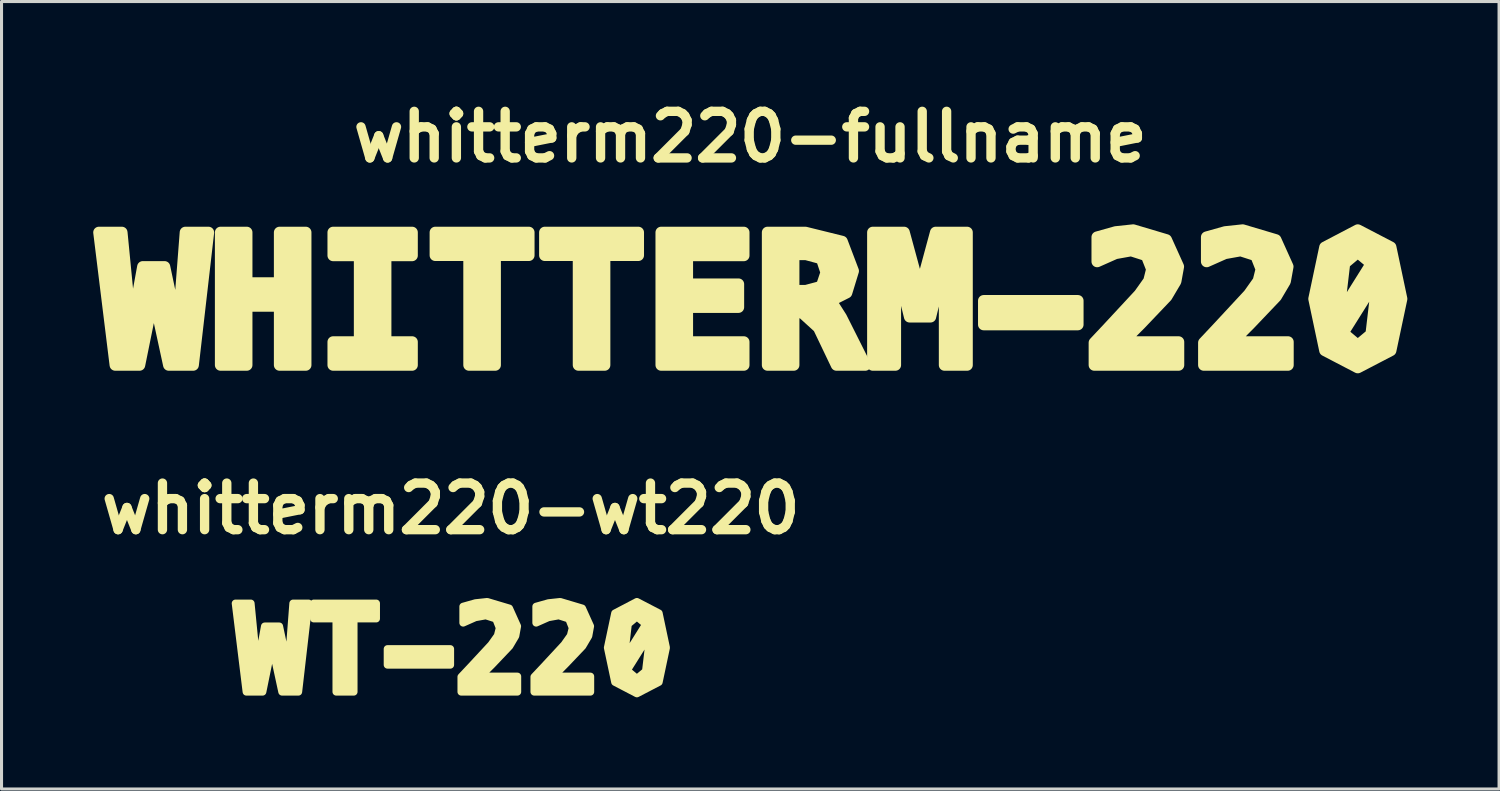
<source format=kicad_pcb>
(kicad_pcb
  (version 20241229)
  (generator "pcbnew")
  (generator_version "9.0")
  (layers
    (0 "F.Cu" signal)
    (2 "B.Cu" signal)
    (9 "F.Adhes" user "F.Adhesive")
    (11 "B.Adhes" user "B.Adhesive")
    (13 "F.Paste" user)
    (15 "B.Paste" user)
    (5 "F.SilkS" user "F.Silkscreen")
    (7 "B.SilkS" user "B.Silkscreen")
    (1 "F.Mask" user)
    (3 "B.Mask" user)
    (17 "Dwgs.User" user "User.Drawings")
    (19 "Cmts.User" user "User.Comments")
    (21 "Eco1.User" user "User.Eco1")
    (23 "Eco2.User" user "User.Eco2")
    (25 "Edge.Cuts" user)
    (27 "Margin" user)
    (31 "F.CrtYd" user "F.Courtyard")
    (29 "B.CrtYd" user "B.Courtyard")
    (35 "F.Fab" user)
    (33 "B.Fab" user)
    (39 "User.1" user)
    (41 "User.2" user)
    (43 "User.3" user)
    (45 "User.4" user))
  (footprint "whitterm220-wt220"
    (layer "F.Cu")
    (at 11.699 18.138)
    (property "Reference" "whitterm220-wt220" (at 0 -4.549 0) (layer "F.SilkS") (effects (font (size 1.524 1.524) (thickness 0.305))))
    (attr smd)
    (fp_poly (pts (xy -2.072 0.042) (xy -0.017 0.042) (xy -0.017 0.563) (xy -2.072 0.563) (xy -2.072 0.042)) (stroke (width 0.248) (type solid)) (fill yes) (layer "F.SilkS"))
    (fp_poly (pts (xy -3.176 1.445) (xy -3.748 1.445) (xy -3.748 -0.949) (xy -4.482 -0.949) (xy -4.482 -1.449) (xy -2.442 -1.449) (xy -2.442 -0.949) (xy -3.176 -0.949) (xy -3.176 1.445)) (stroke (width 0.248) (type solid)) (fill yes) (layer "F.SilkS"))
    (fp_poly (pts (xy -7.044 -1.449) (xy -6.544 -1.449) (xy -6.337 0.675) (xy -6.087 -0.699) (xy -5.612 -0.699) (xy -5.321 0.675) (xy -5.159 -1.449) (xy -4.655 -1.449) (xy -4.988 1.445) (xy -5.521 1.445) (xy -5.85 -0.075) (xy -6.159 1.445) (xy -6.688 1.445) (xy -7.044 -1.449)) (stroke (width 0.248) (type solid)) (fill yes) (layer "F.SilkS"))
    (fp_poly (pts (xy 0.959 0.941) (xy 2.178 0.941) (xy 2.178 1.445) (xy 0.341 1.445) (xy 0.341 0.956) (xy 0.651 0.627) (xy 1.322 -0.096) (xy 1.531 -0.39) (xy 1.595 -0.646) (xy 1.477 -0.945) (xy 1.145 -1.051) (xy 0.8 -0.989) (xy 0.403 -0.813) (xy 0.403 -1.346) (xy 0.808 -1.46) (xy 1.19 -1.501) (xy 1.911 -1.286) (xy 2.174 -0.702) (xy 2.116 -0.383) (xy 1.92 -0.051) (xy 1.357 0.542) (xy 0.959 0.941)) (stroke (width 0.248) (type solid)) (fill yes) (layer "F.SilkS"))
    (fp_poly (pts (xy 3.347 0.941) (xy 4.566 0.941) (xy 4.566 1.445) (xy 2.729 1.445) (xy 2.729 0.956) (xy 3.039 0.627) (xy 3.709 -0.096) (xy 3.918 -0.39) (xy 3.982 -0.646) (xy 3.864 -0.945) (xy 3.533 -1.051) (xy 3.188 -0.989) (xy 2.791 -0.813) (xy 2.791 -1.346) (xy 3.196 -1.46) (xy 3.577 -1.501) (xy 4.298 -1.286) (xy 4.562 -0.702) (xy 4.504 -0.383) (xy 4.308 -0.051) (xy 3.744 0.542) (xy 3.347 0.941)) (stroke (width 0.248) (type solid)) (fill yes) (layer "F.SilkS"))
    (fp_poly (pts (xy 5.131 0.001) (xy 5.798 0.774) (xy 6.087 1.016) (xy 6.378 0.774) (xy 6.469 0.001) (xy 6.455 -0.359) (xy 5.779 0.718) (xy 5.798 0.774) (xy 5.798 0.774) (xy 5.131 0.001) (xy 5.798 -0.774) (xy 5.707 0.001) (xy 5.715 0.301) (xy 6.381 -0.763) (xy 6.378 -0.774) (xy 6.087 -1.016) (xy 6.087 -1.016) (xy 5.798 -0.774) (xy 5.131 0.001) (xy 5.37 -1.125) (xy 6.087 -1.501) (xy 6.806 -1.127) (xy 7.044 0.001) (xy 6.806 1.127) (xy 6.087 1.501) (xy 5.37 1.127) (xy 5.131 0.001)) (stroke (width 0.248) (type solid)) (fill yes) (layer "F.SilkS")))
  (footprint "whitterm220-fullname"
    (layer "F.Cu")
    (at 21.496 6.726)
    (property "Reference" "whitterm220-fullname" (at 0 -5.299 0) (layer "F.SilkS") (effects (font (size 1.524 1.524) (thickness 0.305))))
    (attr smd)
    (fp_poly (pts (xy 7.636 0.062) (xy 10.717 0.062) (xy 10.717 0.844) (xy 7.636 0.844) (xy 7.636 0.062)) (stroke (width 0.372) (type solid)) (fill yes) (layer "F.SilkS"))
    (fp_poly (pts (xy -8.345 2.167) (xy -9.203 2.167) (xy -9.203 -1.423) (xy -10.305 -1.423) (xy -10.305 -2.173) (xy -7.244 -2.173) (xy -7.244 -1.423) (xy -8.345 -1.423) (xy -8.345 2.167)) (stroke (width 0.372) (type solid)) (fill yes) (layer "F.SilkS"))
    (fp_poly (pts (xy -4.764 2.167) (xy -5.622 2.167) (xy -5.622 -1.423) (xy -6.723 -1.423) (xy -6.723 -2.173) (xy -3.663 -2.173) (xy -3.663 -1.423) (xy -4.764 -1.423) (xy -4.764 2.167)) (stroke (width 0.372) (type solid)) (fill yes) (layer "F.SilkS"))
    (fp_poly (pts (xy -17.33 -2.173) (xy -16.473 -2.173) (xy -16.473 -0.519) (xy -15.4 -0.519) (xy -15.4 -2.173) (xy -14.543 -2.173) (xy -14.543 2.167) (xy -15.4 2.167) (xy -15.4 0.237) (xy -16.473 0.237) (xy -16.473 2.167) (xy -17.33 2.167) (xy -17.33 -2.173)) (stroke (width 0.372) (type solid)) (fill yes) (layer "F.SilkS"))
    (fp_poly (pts (xy -13.647 -1.417) (xy -13.647 -2.173) (xy -11.063 -2.173) (xy -11.063 -1.417) (xy -11.927 -1.417) (xy -11.927 1.411) (xy -11.063 1.411) (xy -11.063 2.167) (xy -13.647 2.167) (xy -13.647 1.411) (xy -12.784 1.411) (xy -12.784 -1.417) (xy -13.647 -1.417)) (stroke (width 0.372) (type solid)) (fill yes) (layer "F.SilkS"))
    (fp_poly (pts (xy -0.212 2.167) (xy -2.916 2.167) (xy -2.916 -2.173) (xy -0.212 -2.173) (xy -0.212 -1.417) (xy -2.058 -1.417) (xy -2.058 -0.481) (xy -0.387 -0.481) (xy -0.387 0.275) (xy -2.058 0.275) (xy -2.058 1.411) (xy -0.212 1.411) (xy -0.212 2.167)) (stroke (width 0.372) (type solid)) (fill yes) (layer "F.SilkS"))
    (fp_poly (pts (xy -21.31 -2.173) (xy -20.56 -2.173) (xy -20.249 1.013) (xy -19.874 -1.048) (xy -19.162 -1.048) (xy -18.726 1.013) (xy -18.481 -2.173) (xy -17.726 -2.173) (xy -18.226 2.167) (xy -19.025 2.167) (xy -19.519 -0.112) (xy -19.981 2.167) (xy -20.775 2.167) (xy -21.31 -2.173)) (stroke (width 0.372) (type solid)) (fill yes) (layer "F.SilkS"))
    (fp_poly (pts (xy 4.008 -2.173) (xy 5.032 -2.173) (xy 5.549 -0.269) (xy 6.064 -2.173) (xy 7.093 -2.173) (xy 7.093 2.167) (xy 6.354 2.167) (xy 6.354 -1.31) (xy 5.895 0.589) (xy 5.212 0.589) (xy 4.747 -1.31) (xy 4.747 2.167) (xy 4.008 2.167) (xy 4.008 -2.173)) (stroke (width 0.372) (type solid)) (fill yes) (layer "F.SilkS"))
    (fp_poly (pts (xy 12.182 1.411) (xy 14.011 1.411) (xy 14.011 2.167) (xy 11.255 2.167) (xy 11.255 1.435) (xy 11.72 0.94) (xy 12.726 -0.144) (xy 13.04 -0.586) (xy 13.136 -0.969) (xy 12.959 -1.417) (xy 12.461 -1.577) (xy 11.944 -1.484) (xy 11.348 -1.219) (xy 11.348 -2.019) (xy 11.956 -2.19) (xy 12.528 -2.251) (xy 13.61 -1.929) (xy 14.005 -1.054) (xy 13.918 -0.574) (xy 13.624 -0.077) (xy 12.778 0.812) (xy 12.182 1.411)) (stroke (width 0.372) (type solid)) (fill yes) (layer "F.SilkS"))
    (fp_poly (pts (xy 15.764 1.411) (xy 17.592 1.411) (xy 17.592 2.167) (xy 14.836 2.167) (xy 14.836 1.435) (xy 15.301 0.94) (xy 16.307 -0.144) (xy 16.621 -0.586) (xy 16.717 -0.969) (xy 16.54 -1.417) (xy 16.043 -1.577) (xy 15.525 -1.484) (xy 14.929 -1.219) (xy 14.929 -2.019) (xy 15.537 -2.19) (xy 16.109 -2.251) (xy 17.191 -1.929) (xy 17.586 -1.054) (xy 17.499 -0.574) (xy 17.205 -0.077) (xy 16.359 0.812) (xy 15.764 1.411)) (stroke (width 0.372) (type solid)) (fill yes) (layer "F.SilkS"))
    (fp_poly (pts (xy 2.523 0.118) (xy 1.421 -0.269) (xy 1.825 -0.269) (xy 2.328 -0.405) (xy 2.482 -0.862) (xy 2.331 -1.315) (xy 1.825 -1.452) (xy 1.421 -1.452) (xy 1.421 -0.269) (xy 2.523 0.118) (xy 2.744 0.24) (xy 2.977 0.606) (xy 3.761 2.167) (xy 2.82 2.167) (xy 2.296 1.071) (xy 2.235 0.943) (xy 1.695 0.452) (xy 1.421 0.452) (xy 1.421 2.167) (xy 0.564 2.167) (xy 0.564 -2.173) (xy 1.802 -2.173) (xy 3.003 -1.876) (xy 3.369 -0.911) (xy 3.151 -0.199) (xy 2.523 0.118)) (stroke (width 0.372) (type solid)) (fill yes) (layer "F.SilkS"))
    (fp_poly (pts (xy 18.441 0.001) (xy 19.412 1.077) (xy 19.441 1.161) (xy 19.441 1.161) (xy 19.874 1.525) (xy 20.31 1.161) (xy 20.446 0.001) (xy 20.426 -0.539) (xy 19.412 1.077) (xy 18.441 0.001) (xy 19.441 -1.161) (xy 19.304 0.001) (xy 19.316 0.452) (xy 20.316 -1.144) (xy 20.31 -1.161) (xy 19.874 -1.525) (xy 19.874 -1.525) (xy 19.441 -1.161) (xy 18.441 0.001) (xy 18.798 -1.687) (xy 19.874 -2.251) (xy 20.952 -1.69) (xy 21.31 0.001) (xy 20.952 1.69) (xy 19.874 2.251) (xy 18.798 1.69) (xy 18.441 0.001)) (stroke (width 0.372) (type solid)) (fill yes) (layer "F.SilkS")))
  (gr_rect
    (start -3 -3)
    (end 45.992 22.763)
    (stroke (width 0.1) (type default))
    (fill no)
    (layer "Edge.Cuts")))
</source>
